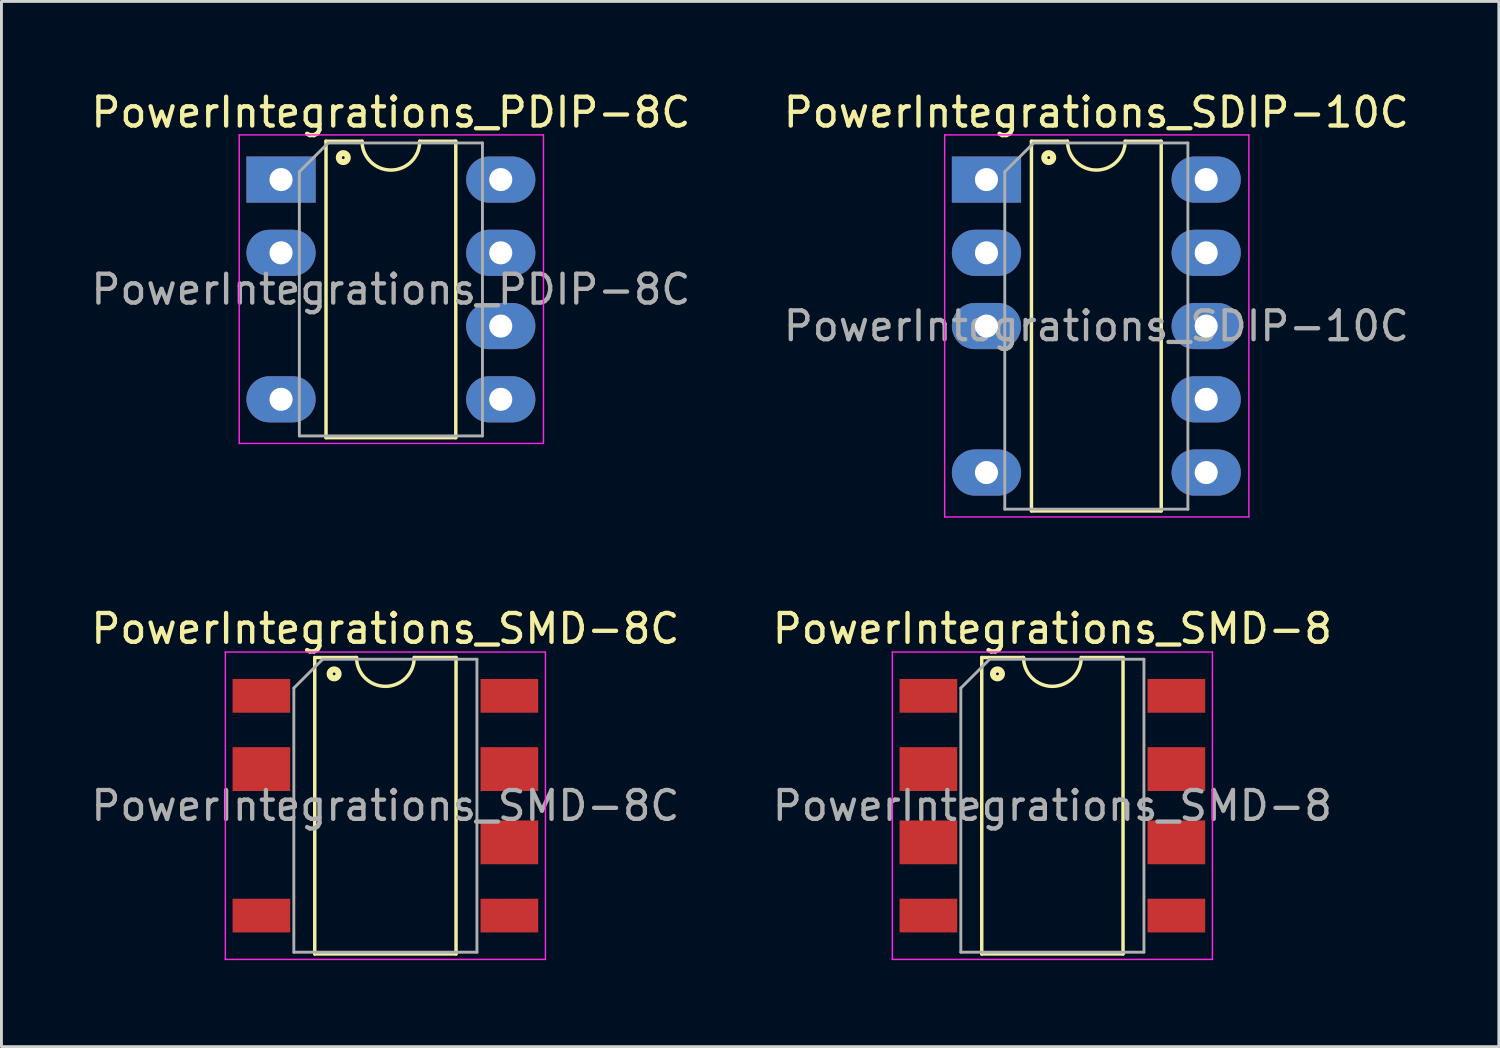
<source format=kicad_pcb>
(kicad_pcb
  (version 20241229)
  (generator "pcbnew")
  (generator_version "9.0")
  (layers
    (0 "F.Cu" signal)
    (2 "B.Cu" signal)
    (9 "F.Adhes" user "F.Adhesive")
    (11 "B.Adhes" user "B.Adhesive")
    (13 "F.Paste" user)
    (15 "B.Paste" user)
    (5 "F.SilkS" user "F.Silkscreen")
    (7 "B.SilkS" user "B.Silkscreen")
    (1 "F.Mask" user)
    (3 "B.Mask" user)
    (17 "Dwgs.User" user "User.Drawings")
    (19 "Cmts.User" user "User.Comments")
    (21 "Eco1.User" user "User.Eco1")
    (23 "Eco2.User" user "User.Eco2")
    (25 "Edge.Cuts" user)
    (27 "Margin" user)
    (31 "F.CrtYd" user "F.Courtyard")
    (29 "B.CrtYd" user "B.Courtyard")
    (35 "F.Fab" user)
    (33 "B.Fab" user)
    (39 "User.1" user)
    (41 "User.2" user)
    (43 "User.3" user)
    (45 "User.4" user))
  (footprint "PowerIntegrations_SMD-8"
    (layer "F.Cu")
    (at 33.446 24.892)
    (property "Reference" "PowerIntegrations_SMD-8" (at 0 -6.14 0) (layer "F.SilkS") (effects (font (size 1 1) (thickness 0.15))))
    (attr smd)
    (fp_line (start -2.45 -5.14) (end -2.45 5.14) (stroke (width 0.12) (type solid)) (layer "F.SilkS"))
    (fp_line (start -2.45 5.14) (end 2.45 5.14) (stroke (width 0.12) (type solid)) (layer "F.SilkS"))
    (fp_line (start -1 -5.14) (end -2.45 -5.14) (stroke (width 0.12) (type solid)) (layer "F.SilkS"))
    (fp_line (start 2.45 -5.14) (end 1 -5.14) (stroke (width 0.12) (type solid)) (layer "F.SilkS"))
    (fp_line (start 2.45 5.14) (end 2.45 -5.14) (stroke (width 0.12) (type solid)) (layer "F.SilkS"))
    (fp_arc (start 1 -5.14) (mid 0 -4.14) (end -1 -5.14) (stroke (width 0.12) (type solid)) (layer "F.SilkS"))
    (fp_circle (center -1.905 -4.572) (end -1.855 -4.572) (stroke (width 0.12) (type solid)) (fill no) (layer "F.SilkS"))
    (fp_circle (center -1.905 -4.572) (end -1.78 -4.572) (stroke (width 0.12) (type solid)) (fill no) (layer "F.SilkS"))
    (fp_circle (center -1.905 -4.572) (end -1.705 -4.572) (stroke (width 0.12) (type solid)) (fill no) (layer "F.SilkS"))
    (fp_line (start -5.55 -5.33) (end -5.55 5.33) (stroke (width 0.05) (type solid)) (layer "F.CrtYd"))
    (fp_line (start -5.55 -5.33) (end 5.55 -5.33) (stroke (width 0.05) (type solid)) (layer "F.CrtYd"))
    (fp_line (start 5.55 5.33) (end -5.55 5.33) (stroke (width 0.05) (type solid)) (layer "F.CrtYd"))
    (fp_line (start 5.55 5.33) (end 5.55 -5.33) (stroke (width 0.05) (type solid)) (layer "F.CrtYd"))
    (fp_line (start -3.175 -4.08) (end -2.175 -5.08) (stroke (width 0.1) (type solid)) (layer "F.Fab"))
    (fp_line (start -3.175 5.08) (end -3.175 -4.08) (stroke (width 0.1) (type solid)) (layer "F.Fab"))
    (fp_line (start -2.175 -5.08) (end 3.175 -5.08) (stroke (width 0.1) (type solid)) (layer "F.Fab"))
    (fp_line (start 3.175 -5.08) (end 3.175 5.08) (stroke (width 0.1) (type solid)) (layer "F.Fab"))
    (fp_line (start 3.175 5.08) (end -3.175 5.08) (stroke (width 0.1) (type solid)) (layer "F.Fab"))
    (fp_text user "${REFERENCE}" (at 0 0 0) (layer "F.Fab") (effects (font (size 1 1) (thickness 0.15))))
    (pad "1" smd rect (at -4.3 -3.81) (size 2 1.17) (layers "F.Cu" "F.Mask" "F.Paste"))
    (pad "2" smd rect (at -4.3 -1.27) (size 2 1.52) (layers "F.Cu" "F.Mask" "F.Paste"))
    (pad "3" smd rect (at -4.3 1.27) (size 2 1.52) (layers "F.Cu" "F.Mask" "F.Paste"))
    (pad "4" smd rect (at -4.3 3.81) (size 2 1.17) (layers "F.Cu" "F.Mask" "F.Paste"))
    (pad "5" smd rect (at 4.3 3.81) (size 2 1.17) (layers "F.Cu" "F.Mask" "F.Paste"))
    (pad "6" smd rect (at 4.3 1.27) (size 2 1.52) (layers "F.Cu" "F.Mask" "F.Paste"))
    (pad "7" smd rect (at 4.3 -1.27) (size 2 1.52) (layers "F.Cu" "F.Mask" "F.Paste"))
    (pad "8" smd rect (at 4.3 -3.81) (size 2 1.17) (layers "F.Cu" "F.Mask" "F.Paste")))
  (footprint "PowerIntegrations_SDIP-10C"
    (layer "F.Cu")
    (at 31.16 3.178)
    (property "Reference" "PowerIntegrations_SDIP-10C" (at 3.81 -2.33 0) (layer "F.SilkS") (effects (font (size 1 1) (thickness 0.15))))
    (attr through_hole)
    (fp_line (start 1.56 -1.33) (end 1.56 11.49) (stroke (width 0.12) (type solid)) (layer "F.SilkS"))
    (fp_line (start 1.56 11.49) (end 6.06 11.49) (stroke (width 0.12) (type solid)) (layer "F.SilkS"))
    (fp_line (start 2.81 -1.33) (end 1.56 -1.33) (stroke (width 0.12) (type solid)) (layer "F.SilkS"))
    (fp_line (start 6.06 -1.33) (end 4.81 -1.33) (stroke (width 0.12) (type solid)) (layer "F.SilkS"))
    (fp_line (start 6.06 11.49) (end 6.06 -1.33) (stroke (width 0.12) (type solid)) (layer "F.SilkS"))
    (fp_arc (start 4.81 -1.33) (mid 3.81 -0.33) (end 2.81 -1.33) (stroke (width 0.12) (type solid)) (layer "F.SilkS"))
    (fp_circle (center 2.159 -0.762) (end 2.209 -0.762) (stroke (width 0.12) (type solid)) (fill no) (layer "F.SilkS"))
    (fp_circle (center 2.159 -0.762) (end 2.284 -0.762) (stroke (width 0.12) (type solid)) (fill no) (layer "F.SilkS"))
    (fp_circle (center 2.159 -0.762) (end 2.359 -0.762) (stroke (width 0.12) (type solid)) (fill no) (layer "F.SilkS"))
    (fp_line (start -1.45 -1.55) (end -1.45 11.7) (stroke (width 0.05) (type solid)) (layer "F.CrtYd"))
    (fp_line (start -1.45 11.7) (end 9.1 11.7) (stroke (width 0.05) (type solid)) (layer "F.CrtYd"))
    (fp_line (start 9.1 -1.55) (end -1.45 -1.55) (stroke (width 0.05) (type solid)) (layer "F.CrtYd"))
    (fp_line (start 9.1 11.7) (end 9.1 -1.55) (stroke (width 0.05) (type solid)) (layer "F.CrtYd"))
    (fp_line (start 0.635 -0.27) (end 1.635 -1.27) (stroke (width 0.1) (type solid)) (layer "F.Fab"))
    (fp_line (start 0.635 11.43) (end 0.635 -0.27) (stroke (width 0.1) (type solid)) (layer "F.Fab"))
    (fp_line (start 1.635 -1.27) (end 6.985 -1.27) (stroke (width 0.1) (type solid)) (layer "F.Fab"))
    (fp_line (start 6.985 -1.27) (end 6.985 11.43) (stroke (width 0.1) (type solid)) (layer "F.Fab"))
    (fp_line (start 6.985 11.43) (end 0.635 11.43) (stroke (width 0.1) (type solid)) (layer "F.Fab"))
    (fp_text user "${REFERENCE}" (at 3.81 5.08 0) (layer "F.Fab") (effects (font (size 1 1) (thickness 0.15))))
    (pad "1" thru_hole rect (at 0 0) (size 2.4 1.6) (drill 0.8) (layers "*.Cu" "*.Mask"))
    (pad "2" thru_hole oval (at 0 2.54) (size 2.4 1.6) (drill 0.8) (layers "*.Cu" "*.Mask"))
    (pad "3" thru_hole oval (at 0 5.08) (size 2.4 1.6) (drill 0.8) (layers "*.Cu" "*.Mask"))
    (pad "5" thru_hole oval (at 0 10.16) (size 2.4 1.6) (drill 0.8) (layers "*.Cu" "*.Mask"))
    (pad "6" thru_hole oval (at 7.62 10.16) (size 2.4 1.6) (drill 0.8) (layers "*.Cu" "*.Mask"))
    (pad "7" thru_hole oval (at 7.62 7.62) (size 2.4 1.6) (drill 0.8) (layers "*.Cu" "*.Mask"))
    (pad "8" thru_hole oval (at 7.62 5.08) (size 2.4 1.6) (drill 0.8) (layers "*.Cu" "*.Mask"))
    (pad "9" thru_hole oval (at 7.62 2.54) (size 2.4 1.6) (drill 0.8) (layers "*.Cu" "*.Mask"))
    (pad "10" thru_hole oval (at 7.62 0) (size 2.4 1.6) (drill 0.8) (layers "*.Cu" "*.Mask")))
  (footprint "PowerIntegrations_PDIP-8C"
    (layer "F.Cu")
    (at 6.696 3.178)
    (property "Reference" "PowerIntegrations_PDIP-8C" (at 3.81 -2.33 0) (layer "F.SilkS") (effects (font (size 1 1) (thickness 0.15))))
    (attr through_hole)
    (fp_line (start 1.56 -1.33) (end 1.56 8.95) (stroke (width 0.12) (type solid)) (layer "F.SilkS"))
    (fp_line (start 1.56 8.95) (end 6.06 8.95) (stroke (width 0.12) (type solid)) (layer "F.SilkS"))
    (fp_line (start 2.81 -1.33) (end 1.56 -1.33) (stroke (width 0.12) (type solid)) (layer "F.SilkS"))
    (fp_line (start 6.06 -1.33) (end 4.81 -1.33) (stroke (width 0.12) (type solid)) (layer "F.SilkS"))
    (fp_line (start 6.06 8.95) (end 6.06 -1.33) (stroke (width 0.12) (type solid)) (layer "F.SilkS"))
    (fp_arc (start 4.81 -1.33) (mid 3.81 -0.33) (end 2.81 -1.33) (stroke (width 0.12) (type solid)) (layer "F.SilkS"))
    (fp_circle (center 2.159 -0.762) (end 2.209 -0.762) (stroke (width 0.12) (type solid)) (fill no) (layer "F.SilkS"))
    (fp_circle (center 2.159 -0.762) (end 2.284 -0.762) (stroke (width 0.12) (type solid)) (fill no) (layer "F.SilkS"))
    (fp_circle (center 2.159 -0.762) (end 2.359 -0.762) (stroke (width 0.12) (type solid)) (fill no) (layer "F.SilkS"))
    (fp_line (start -1.45 -1.55) (end -1.45 9.15) (stroke (width 0.05) (type solid)) (layer "F.CrtYd"))
    (fp_line (start -1.45 9.15) (end 9.1 9.15) (stroke (width 0.05) (type solid)) (layer "F.CrtYd"))
    (fp_line (start 9.1 -1.55) (end -1.45 -1.55) (stroke (width 0.05) (type solid)) (layer "F.CrtYd"))
    (fp_line (start 9.1 9.15) (end 9.1 -1.55) (stroke (width 0.05) (type solid)) (layer "F.CrtYd"))
    (fp_line (start 0.635 -0.27) (end 1.635 -1.27) (stroke (width 0.1) (type solid)) (layer "F.Fab"))
    (fp_line (start 0.635 8.89) (end 0.635 -0.27) (stroke (width 0.1) (type solid)) (layer "F.Fab"))
    (fp_line (start 1.635 -1.27) (end 6.985 -1.27) (stroke (width 0.1) (type solid)) (layer "F.Fab"))
    (fp_line (start 6.985 -1.27) (end 6.985 8.89) (stroke (width 0.1) (type solid)) (layer "F.Fab"))
    (fp_line (start 6.985 8.89) (end 0.635 8.89) (stroke (width 0.1) (type solid)) (layer "F.Fab"))
    (fp_text user "${REFERENCE}" (at 3.81 3.81 0) (layer "F.Fab") (effects (font (size 1 1) (thickness 0.15))))
    (pad "1" thru_hole rect (at 0 0) (size 2.4 1.6) (drill 0.8) (layers "*.Cu" "*.Mask"))
    (pad "2" thru_hole oval (at 0 2.54) (size 2.4 1.6) (drill 0.8) (layers "*.Cu" "*.Mask"))
    (pad "4" thru_hole oval (at 0 7.62) (size 2.4 1.6) (drill 0.8) (layers "*.Cu" "*.Mask"))
    (pad "5" thru_hole oval (at 7.62 7.62) (size 2.4 1.6) (drill 0.8) (layers "*.Cu" "*.Mask"))
    (pad "6" thru_hole oval (at 7.62 5.08) (size 2.4 1.6) (drill 0.8) (layers "*.Cu" "*.Mask"))
    (pad "7" thru_hole oval (at 7.62 2.54) (size 2.4 1.6) (drill 0.8) (layers "*.Cu" "*.Mask"))
    (pad "8" thru_hole oval (at 7.62 0) (size 2.4 1.6) (drill 0.8) (layers "*.Cu" "*.Mask")))
  (footprint "PowerIntegrations_SMD-8C"
    (layer "F.Cu")
    (at 10.315 24.892)
    (property "Reference" "PowerIntegrations_SMD-8C" (at 0 -6.14 0) (layer "F.SilkS") (effects (font (size 1 1) (thickness 0.15))))
    (attr smd)
    (fp_line (start -2.45 -5.14) (end -2.45 5.14) (stroke (width 0.12) (type solid)) (layer "F.SilkS"))
    (fp_line (start -2.45 5.14) (end 2.45 5.14) (stroke (width 0.12) (type solid)) (layer "F.SilkS"))
    (fp_line (start -1 -5.14) (end -2.45 -5.14) (stroke (width 0.12) (type solid)) (layer "F.SilkS"))
    (fp_line (start 2.45 -5.14) (end 1 -5.14) (stroke (width 0.12) (type solid)) (layer "F.SilkS"))
    (fp_line (start 2.45 5.14) (end 2.45 -5.14) (stroke (width 0.12) (type solid)) (layer "F.SilkS"))
    (fp_arc (start 1 -5.14) (mid 0 -4.14) (end -1 -5.14) (stroke (width 0.12) (type solid)) (layer "F.SilkS"))
    (fp_circle (center -1.778 -4.572) (end -1.728 -4.572) (stroke (width 0.12) (type solid)) (fill no) (layer "F.SilkS"))
    (fp_circle (center -1.778 -4.572) (end -1.653 -4.572) (stroke (width 0.12) (type solid)) (fill no) (layer "F.SilkS"))
    (fp_circle (center -1.778 -4.572) (end -1.578 -4.572) (stroke (width 0.12) (type solid)) (fill no) (layer "F.SilkS"))
    (fp_line (start -5.55 -5.33) (end -5.55 5.33) (stroke (width 0.05) (type solid)) (layer "F.CrtYd"))
    (fp_line (start -5.55 -5.33) (end 5.55 -5.33) (stroke (width 0.05) (type solid)) (layer "F.CrtYd"))
    (fp_line (start 5.55 5.33) (end -5.55 5.33) (stroke (width 0.05) (type solid)) (layer "F.CrtYd"))
    (fp_line (start 5.55 5.33) (end 5.55 -5.33) (stroke (width 0.05) (type solid)) (layer "F.CrtYd"))
    (fp_line (start -3.175 -4.08) (end -2.175 -5.08) (stroke (width 0.1) (type solid)) (layer "F.Fab"))
    (fp_line (start -3.175 5.08) (end -3.175 -4.08) (stroke (width 0.1) (type solid)) (layer "F.Fab"))
    (fp_line (start -2.175 -5.08) (end 3.175 -5.08) (stroke (width 0.1) (type solid)) (layer "F.Fab"))
    (fp_line (start 3.175 -5.08) (end 3.175 5.08) (stroke (width 0.1) (type solid)) (layer "F.Fab"))
    (fp_line (start 3.175 5.08) (end -3.175 5.08) (stroke (width 0.1) (type solid)) (layer "F.Fab"))
    (fp_text user "${REFERENCE}" (at 0 0 0) (layer "F.Fab") (effects (font (size 1 1) (thickness 0.15))))
    (pad "1" smd rect (at -4.3 -3.81) (size 2 1.17) (layers "F.Cu" "F.Mask" "F.Paste"))
    (pad "2" smd rect (at -4.3 -1.27) (size 2 1.52) (layers "F.Cu" "F.Mask" "F.Paste"))
    (pad "4" smd rect (at -4.3 3.81) (size 2 1.17) (layers "F.Cu" "F.Mask" "F.Paste"))
    (pad "5" smd rect (at 4.3 3.81) (size 2 1.17) (layers "F.Cu" "F.Mask" "F.Paste"))
    (pad "6" smd rect (at 4.3 1.27) (size 2 1.52) (layers "F.Cu" "F.Mask" "F.Paste"))
    (pad "7" smd rect (at 4.3 -1.27) (size 2 1.52) (layers "F.Cu" "F.Mask" "F.Paste"))
    (pad "8" smd rect (at 4.3 -3.81) (size 2 1.17) (layers "F.Cu" "F.Mask" "F.Paste")))
  (gr_rect
    (start -3 -3)
    (end 48.929 33.246)
    (stroke (width 0.1) (type default))
    (fill no)
    (layer "Edge.Cuts")))
</source>
